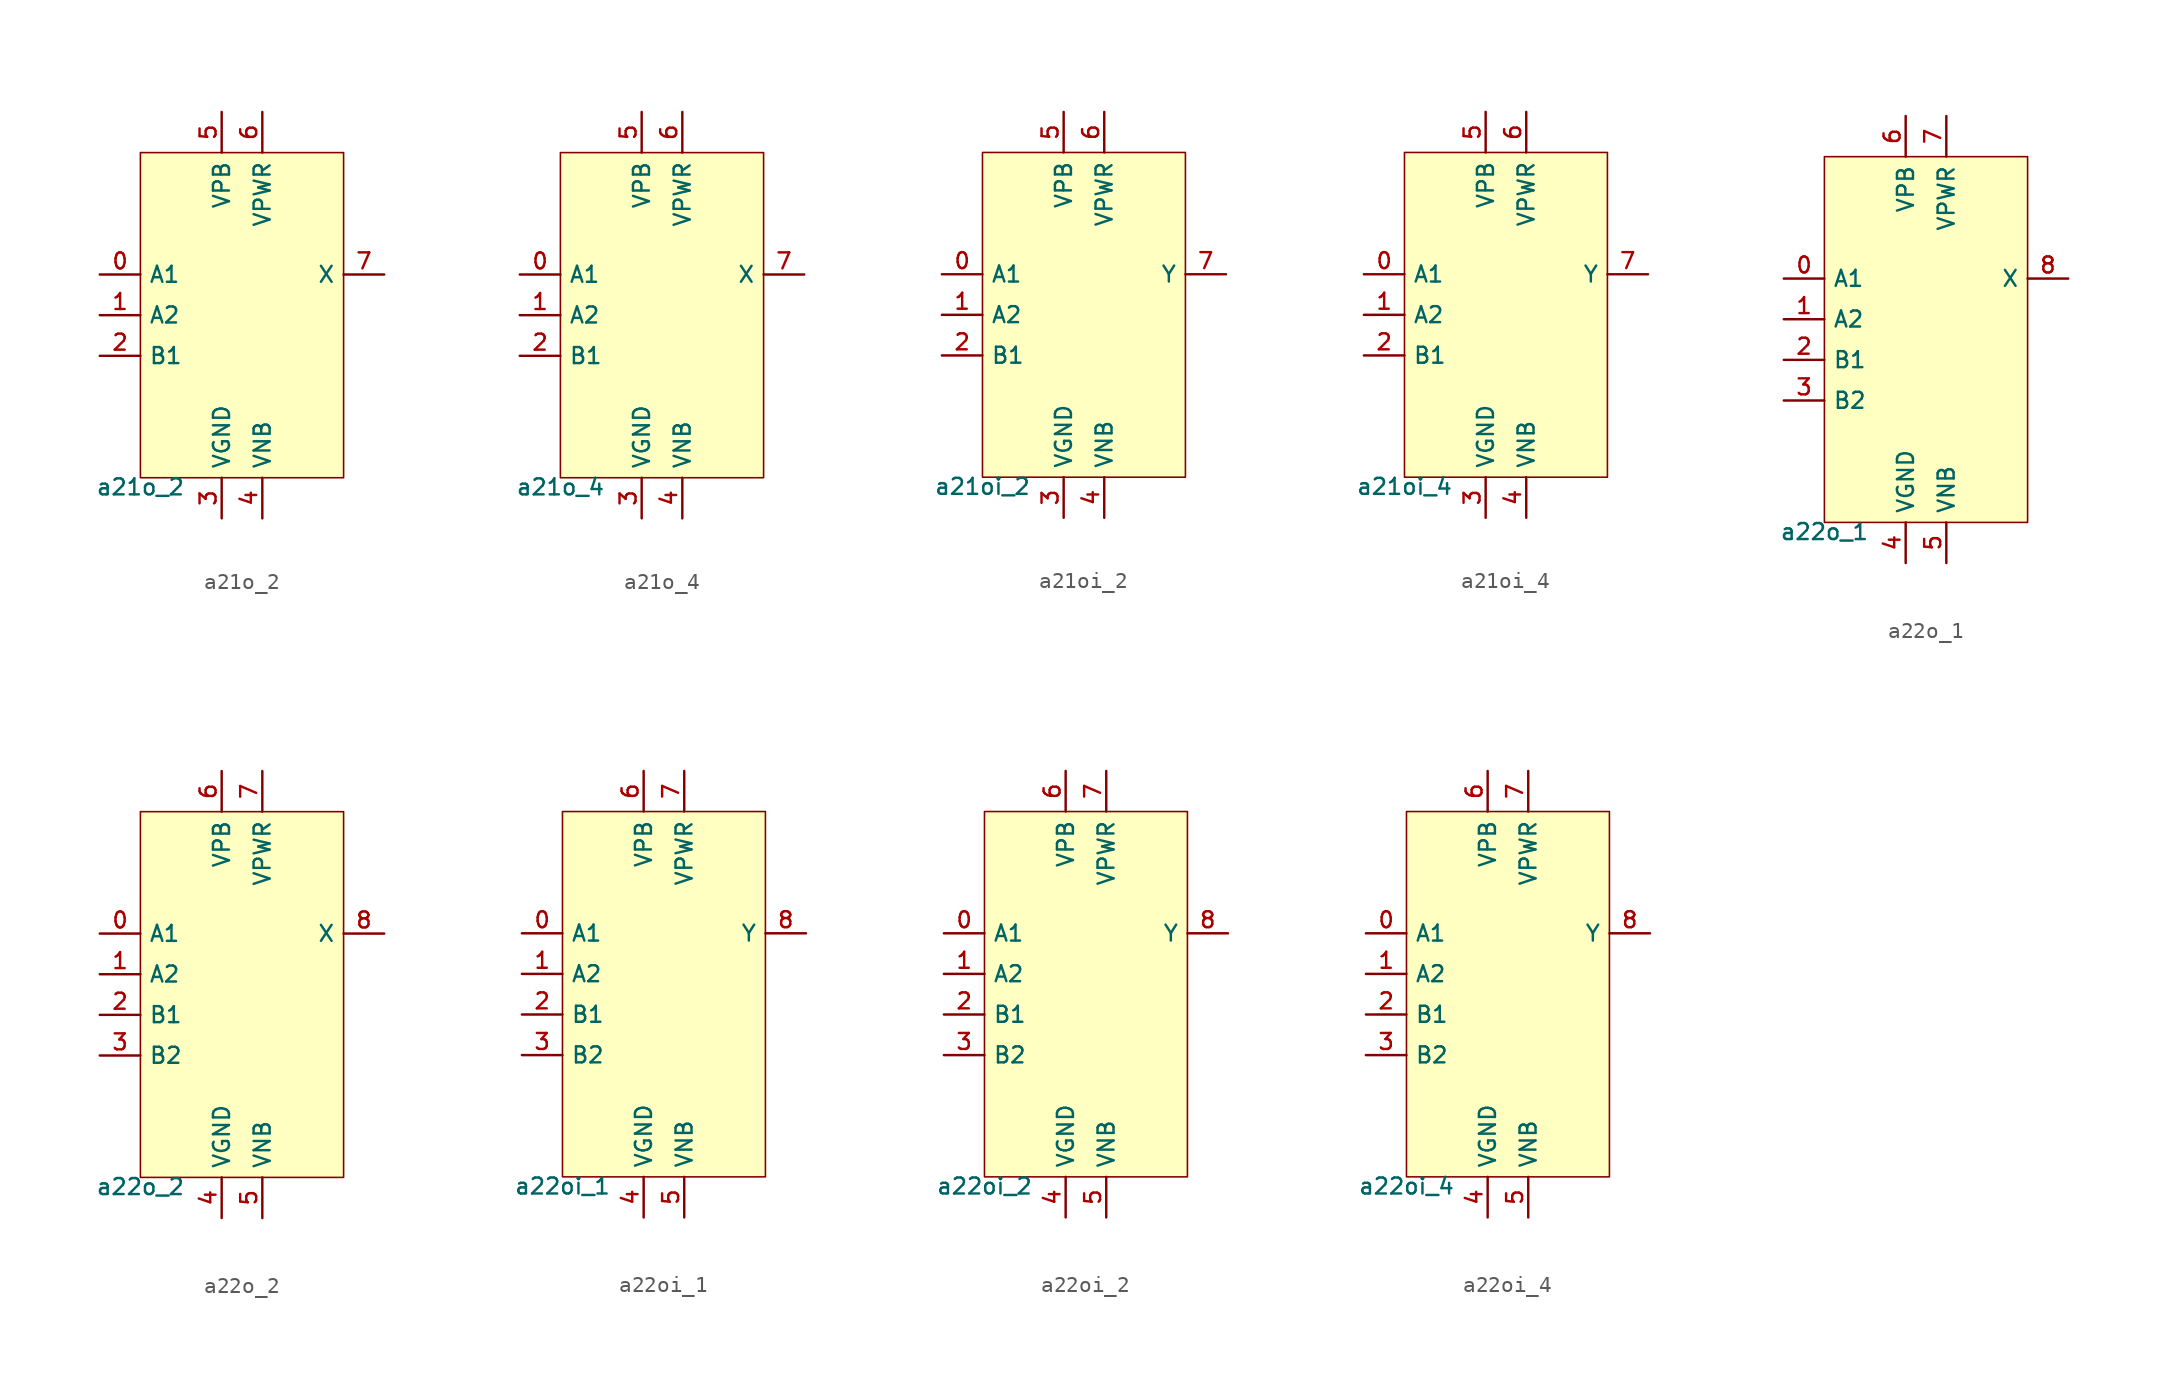
<source format=kicad_sym>
(kicad_symbol_lib
  (version 20211014)
  (generator pdk2kicad)
  (symbol "a21o_2"
    (property "Reference" "X"
      (at 0 0 0)
      (effects (font (size 1 1)) hide))
    (property "Value" "a21o_2"
      (at -6.35 -10.16 0)
      (effects (font (size 1 1)) (justify top)))
    (rectangle
      (start -6.35 -10.16)
      (end 6.35 10.16)
      (stroke (width 0.1) (type solid) (color 0 0 0 0))
      (fill (type background)))
    (pin input line
      (at -8.89 2.54 0)
      (length 2.54)
      (name "A1" (effects (font (size 1 1)) hide))
      (number "0" (effects (font (size 1 1)) hide)))
    (pin input line
      (at -8.89 0.0 0)
      (length 2.54)
      (name "A2" (effects (font (size 1 1)) hide))
      (number "1" (effects (font (size 1 1)) hide)))
    (pin input line
      (at -8.89 -2.54 0)
      (length 2.54)
      (name "B1" (effects (font (size 1 1)) hide))
      (number "2" (effects (font (size 1 1)) hide)))
    (pin power_in line
      (at -1.27 -12.7 90)
      (length 2.54)
      (name "VGND" (effects (font (size 1 1)) hide))
      (number "3" (effects (font (size 1 1)) hide)))
    (pin power_in line
      (at 1.27 -12.7 90)
      (length 2.54)
      (name "VNB" (effects (font (size 1 1)) hide))
      (number "4" (effects (font (size 1 1)) hide)))
    (pin power_in line
      (at -1.27 12.7 270)
      (length 2.54)
      (name "VPB" (effects (font (size 1 1)) hide))
      (number "5" (effects (font (size 1 1)) hide)))
    (pin power_in line
      (at 1.27 12.7 270)
      (length 2.54)
      (name "VPWR" (effects (font (size 1 1)) hide))
      (number "6" (effects (font (size 1 1)) hide)))
    (pin output line
      (at 8.89 2.54 180)
      (length 2.54)
      (name "X" (effects (font (size 1 1)) hide))
      (number "7" (effects (font (size 1 1)) hide))))
  (symbol "a21o_4"
    (property "Reference" "X"
      (at 0 0 0)
      (effects (font (size 1 1)) hide))
    (property "Value" "a21o_4"
      (at -6.35 -10.16 0)
      (effects (font (size 1 1)) (justify top)))
    (rectangle
      (start -6.35 -10.16)
      (end 6.35 10.16)
      (stroke (width 0.1) (type solid) (color 0 0 0 0))
      (fill (type background)))
    (pin input line
      (at -8.89 2.54 0)
      (length 2.54)
      (name "A1" (effects (font (size 1 1)) hide))
      (number "0" (effects (font (size 1 1)) hide)))
    (pin input line
      (at -8.89 0.0 0)
      (length 2.54)
      (name "A2" (effects (font (size 1 1)) hide))
      (number "1" (effects (font (size 1 1)) hide)))
    (pin input line
      (at -8.89 -2.54 0)
      (length 2.54)
      (name "B1" (effects (font (size 1 1)) hide))
      (number "2" (effects (font (size 1 1)) hide)))
    (pin power_in line
      (at -1.27 -12.7 90)
      (length 2.54)
      (name "VGND" (effects (font (size 1 1)) hide))
      (number "3" (effects (font (size 1 1)) hide)))
    (pin power_in line
      (at 1.27 -12.7 90)
      (length 2.54)
      (name "VNB" (effects (font (size 1 1)) hide))
      (number "4" (effects (font (size 1 1)) hide)))
    (pin power_in line
      (at -1.27 12.7 270)
      (length 2.54)
      (name "VPB" (effects (font (size 1 1)) hide))
      (number "5" (effects (font (size 1 1)) hide)))
    (pin power_in line
      (at 1.27 12.7 270)
      (length 2.54)
      (name "VPWR" (effects (font (size 1 1)) hide))
      (number "6" (effects (font (size 1 1)) hide)))
    (pin output line
      (at 8.89 2.54 180)
      (length 2.54)
      (name "X" (effects (font (size 1 1)) hide))
      (number "7" (effects (font (size 1 1)) hide))))
  (symbol "a21oi_2"
    (property "Reference" "X"
      (at 0 0 0)
      (effects (font (size 1 1)) hide))
    (property "Value" "a21oi_2"
      (at -6.35 -10.16 0)
      (effects (font (size 1 1)) (justify top)))
    (rectangle
      (start -6.35 -10.16)
      (end 6.35 10.16)
      (stroke (width 0.1) (type solid) (color 0 0 0 0))
      (fill (type background)))
    (pin input line
      (at -8.89 2.54 0)
      (length 2.54)
      (name "A1" (effects (font (size 1 1)) hide))
      (number "0" (effects (font (size 1 1)) hide)))
    (pin input line
      (at -8.89 0.0 0)
      (length 2.54)
      (name "A2" (effects (font (size 1 1)) hide))
      (number "1" (effects (font (size 1 1)) hide)))
    (pin input line
      (at -8.89 -2.54 0)
      (length 2.54)
      (name "B1" (effects (font (size 1 1)) hide))
      (number "2" (effects (font (size 1 1)) hide)))
    (pin power_in line
      (at -1.27 -12.7 90)
      (length 2.54)
      (name "VGND" (effects (font (size 1 1)) hide))
      (number "3" (effects (font (size 1 1)) hide)))
    (pin power_in line
      (at 1.27 -12.7 90)
      (length 2.54)
      (name "VNB" (effects (font (size 1 1)) hide))
      (number "4" (effects (font (size 1 1)) hide)))
    (pin power_in line
      (at -1.27 12.7 270)
      (length 2.54)
      (name "VPB" (effects (font (size 1 1)) hide))
      (number "5" (effects (font (size 1 1)) hide)))
    (pin power_in line
      (at 1.27 12.7 270)
      (length 2.54)
      (name "VPWR" (effects (font (size 1 1)) hide))
      (number "6" (effects (font (size 1 1)) hide)))
    (pin output line
      (at 8.89 2.54 180)
      (length 2.54)
      (name "Y" (effects (font (size 1 1)) hide))
      (number "7" (effects (font (size 1 1)) hide))))
  (symbol "a21oi_4"
    (property "Reference" "X"
      (at 0 0 0)
      (effects (font (size 1 1)) hide))
    (property "Value" "a21oi_4"
      (at -6.35 -10.16 0)
      (effects (font (size 1 1)) (justify top)))
    (rectangle
      (start -6.35 -10.16)
      (end 6.35 10.16)
      (stroke (width 0.1) (type solid) (color 0 0 0 0))
      (fill (type background)))
    (pin input line
      (at -8.89 2.54 0)
      (length 2.54)
      (name "A1" (effects (font (size 1 1)) hide))
      (number "0" (effects (font (size 1 1)) hide)))
    (pin input line
      (at -8.89 0.0 0)
      (length 2.54)
      (name "A2" (effects (font (size 1 1)) hide))
      (number "1" (effects (font (size 1 1)) hide)))
    (pin input line
      (at -8.89 -2.54 0)
      (length 2.54)
      (name "B1" (effects (font (size 1 1)) hide))
      (number "2" (effects (font (size 1 1)) hide)))
    (pin power_in line
      (at -1.27 -12.7 90)
      (length 2.54)
      (name "VGND" (effects (font (size 1 1)) hide))
      (number "3" (effects (font (size 1 1)) hide)))
    (pin power_in line
      (at 1.27 -12.7 90)
      (length 2.54)
      (name "VNB" (effects (font (size 1 1)) hide))
      (number "4" (effects (font (size 1 1)) hide)))
    (pin power_in line
      (at -1.27 12.7 270)
      (length 2.54)
      (name "VPB" (effects (font (size 1 1)) hide))
      (number "5" (effects (font (size 1 1)) hide)))
    (pin power_in line
      (at 1.27 12.7 270)
      (length 2.54)
      (name "VPWR" (effects (font (size 1 1)) hide))
      (number "6" (effects (font (size 1 1)) hide)))
    (pin output line
      (at 8.89 2.54 180)
      (length 2.54)
      (name "Y" (effects (font (size 1 1)) hide))
      (number "7" (effects (font (size 1 1)) hide))))
  (symbol "a22o_1"
    (property "Reference" "X"
      (at 0 0 0)
      (effects (font (size 1 1)) hide))
    (property "Value" "a22o_1"
      (at -6.35 -11.43 0)
      (effects (font (size 1 1)) (justify top)))
    (rectangle
      (start -6.35 -11.43)
      (end 6.35 11.43)
      (stroke (width 0.1) (type solid) (color 0 0 0 0))
      (fill (type background)))
    (pin input line
      (at -8.89 3.81 0)
      (length 2.54)
      (name "A1" (effects (font (size 1 1)) hide))
      (number "0" (effects (font (size 1 1)) hide)))
    (pin input line
      (at -8.89 1.27 0)
      (length 2.54)
      (name "A2" (effects (font (size 1 1)) hide))
      (number "1" (effects (font (size 1 1)) hide)))
    (pin input line
      (at -8.89 -1.27 0)
      (length 2.54)
      (name "B1" (effects (font (size 1 1)) hide))
      (number "2" (effects (font (size 1 1)) hide)))
    (pin input line
      (at -8.89 -3.81 0)
      (length 2.54)
      (name "B2" (effects (font (size 1 1)) hide))
      (number "3" (effects (font (size 1 1)) hide)))
    (pin power_in line
      (at -1.27 -13.97 90)
      (length 2.54)
      (name "VGND" (effects (font (size 1 1)) hide))
      (number "4" (effects (font (size 1 1)) hide)))
    (pin power_in line
      (at 1.27 -13.97 90)
      (length 2.54)
      (name "VNB" (effects (font (size 1 1)) hide))
      (number "5" (effects (font (size 1 1)) hide)))
    (pin power_in line
      (at -1.27 13.97 270)
      (length 2.54)
      (name "VPB" (effects (font (size 1 1)) hide))
      (number "6" (effects (font (size 1 1)) hide)))
    (pin power_in line
      (at 1.27 13.97 270)
      (length 2.54)
      (name "VPWR" (effects (font (size 1 1)) hide))
      (number "7" (effects (font (size 1 1)) hide)))
    (pin output line
      (at 8.89 3.81 180)
      (length 2.54)
      (name "X" (effects (font (size 1 1)) hide))
      (number "8" (effects (font (size 1 1)) hide))))
  (symbol "a22o_2"
    (property "Reference" "X"
      (at 0 0 0)
      (effects (font (size 1 1)) hide))
    (property "Value" "a22o_2"
      (at -6.35 -11.43 0)
      (effects (font (size 1 1)) (justify top)))
    (rectangle
      (start -6.35 -11.43)
      (end 6.35 11.43)
      (stroke (width 0.1) (type solid) (color 0 0 0 0))
      (fill (type background)))
    (pin input line
      (at -8.89 3.81 0)
      (length 2.54)
      (name "A1" (effects (font (size 1 1)) hide))
      (number "0" (effects (font (size 1 1)) hide)))
    (pin input line
      (at -8.89 1.27 0)
      (length 2.54)
      (name "A2" (effects (font (size 1 1)) hide))
      (number "1" (effects (font (size 1 1)) hide)))
    (pin input line
      (at -8.89 -1.27 0)
      (length 2.54)
      (name "B1" (effects (font (size 1 1)) hide))
      (number "2" (effects (font (size 1 1)) hide)))
    (pin input line
      (at -8.89 -3.81 0)
      (length 2.54)
      (name "B2" (effects (font (size 1 1)) hide))
      (number "3" (effects (font (size 1 1)) hide)))
    (pin power_in line
      (at -1.27 -13.97 90)
      (length 2.54)
      (name "VGND" (effects (font (size 1 1)) hide))
      (number "4" (effects (font (size 1 1)) hide)))
    (pin power_in line
      (at 1.27 -13.97 90)
      (length 2.54)
      (name "VNB" (effects (font (size 1 1)) hide))
      (number "5" (effects (font (size 1 1)) hide)))
    (pin power_in line
      (at -1.27 13.97 270)
      (length 2.54)
      (name "VPB" (effects (font (size 1 1)) hide))
      (number "6" (effects (font (size 1 1)) hide)))
    (pin power_in line
      (at 1.27 13.97 270)
      (length 2.54)
      (name "VPWR" (effects (font (size 1 1)) hide))
      (number "7" (effects (font (size 1 1)) hide)))
    (pin output line
      (at 8.89 3.81 180)
      (length 2.54)
      (name "X" (effects (font (size 1 1)) hide))
      (number "8" (effects (font (size 1 1)) hide))))
  (symbol "a22oi_1"
    (property "Reference" "X"
      (at 0 0 0)
      (effects (font (size 1 1)) hide))
    (property "Value" "a22oi_1"
      (at -6.35 -11.43 0)
      (effects (font (size 1 1)) (justify top)))
    (rectangle
      (start -6.35 -11.43)
      (end 6.35 11.43)
      (stroke (width 0.1) (type solid) (color 0 0 0 0))
      (fill (type background)))
    (pin input line
      (at -8.89 3.81 0)
      (length 2.54)
      (name "A1" (effects (font (size 1 1)) hide))
      (number "0" (effects (font (size 1 1)) hide)))
    (pin input line
      (at -8.89 1.27 0)
      (length 2.54)
      (name "A2" (effects (font (size 1 1)) hide))
      (number "1" (effects (font (size 1 1)) hide)))
    (pin input line
      (at -8.89 -1.27 0)
      (length 2.54)
      (name "B1" (effects (font (size 1 1)) hide))
      (number "2" (effects (font (size 1 1)) hide)))
    (pin input line
      (at -8.89 -3.81 0)
      (length 2.54)
      (name "B2" (effects (font (size 1 1)) hide))
      (number "3" (effects (font (size 1 1)) hide)))
    (pin power_in line
      (at -1.27 -13.97 90)
      (length 2.54)
      (name "VGND" (effects (font (size 1 1)) hide))
      (number "4" (effects (font (size 1 1)) hide)))
    (pin power_in line
      (at 1.27 -13.97 90)
      (length 2.54)
      (name "VNB" (effects (font (size 1 1)) hide))
      (number "5" (effects (font (size 1 1)) hide)))
    (pin power_in line
      (at -1.27 13.97 270)
      (length 2.54)
      (name "VPB" (effects (font (size 1 1)) hide))
      (number "6" (effects (font (size 1 1)) hide)))
    (pin power_in line
      (at 1.27 13.97 270)
      (length 2.54)
      (name "VPWR" (effects (font (size 1 1)) hide))
      (number "7" (effects (font (size 1 1)) hide)))
    (pin output line
      (at 8.89 3.81 180)
      (length 2.54)
      (name "Y" (effects (font (size 1 1)) hide))
      (number "8" (effects (font (size 1 1)) hide))))
  (symbol "a22oi_2"
    (property "Reference" "X"
      (at 0 0 0)
      (effects (font (size 1 1)) hide))
    (property "Value" "a22oi_2"
      (at -6.35 -11.43 0)
      (effects (font (size 1 1)) (justify top)))
    (rectangle
      (start -6.35 -11.43)
      (end 6.35 11.43)
      (stroke (width 0.1) (type solid) (color 0 0 0 0))
      (fill (type background)))
    (pin input line
      (at -8.89 3.81 0)
      (length 2.54)
      (name "A1" (effects (font (size 1 1)) hide))
      (number "0" (effects (font (size 1 1)) hide)))
    (pin input line
      (at -8.89 1.27 0)
      (length 2.54)
      (name "A2" (effects (font (size 1 1)) hide))
      (number "1" (effects (font (size 1 1)) hide)))
    (pin input line
      (at -8.89 -1.27 0)
      (length 2.54)
      (name "B1" (effects (font (size 1 1)) hide))
      (number "2" (effects (font (size 1 1)) hide)))
    (pin input line
      (at -8.89 -3.81 0)
      (length 2.54)
      (name "B2" (effects (font (size 1 1)) hide))
      (number "3" (effects (font (size 1 1)) hide)))
    (pin power_in line
      (at -1.27 -13.97 90)
      (length 2.54)
      (name "VGND" (effects (font (size 1 1)) hide))
      (number "4" (effects (font (size 1 1)) hide)))
    (pin power_in line
      (at 1.27 -13.97 90)
      (length 2.54)
      (name "VNB" (effects (font (size 1 1)) hide))
      (number "5" (effects (font (size 1 1)) hide)))
    (pin power_in line
      (at -1.27 13.97 270)
      (length 2.54)
      (name "VPB" (effects (font (size 1 1)) hide))
      (number "6" (effects (font (size 1 1)) hide)))
    (pin power_in line
      (at 1.27 13.97 270)
      (length 2.54)
      (name "VPWR" (effects (font (size 1 1)) hide))
      (number "7" (effects (font (size 1 1)) hide)))
    (pin output line
      (at 8.89 3.81 180)
      (length 2.54)
      (name "Y" (effects (font (size 1 1)) hide))
      (number "8" (effects (font (size 1 1)) hide))))
  (symbol "a22oi_4"
    (property "Reference" "X"
      (at 0 0 0)
      (effects (font (size 1 1)) hide))
    (property "Value" "a22oi_4"
      (at -6.35 -11.43 0)
      (effects (font (size 1 1)) (justify top)))
    (rectangle
      (start -6.35 -11.43)
      (end 6.35 11.43)
      (stroke (width 0.1) (type solid) (color 0 0 0 0))
      (fill (type background)))
    (pin input line
      (at -8.89 3.81 0)
      (length 2.54)
      (name "A1" (effects (font (size 1 1)) hide))
      (number "0" (effects (font (size 1 1)) hide)))
    (pin input line
      (at -8.89 1.27 0)
      (length 2.54)
      (name "A2" (effects (font (size 1 1)) hide))
      (number "1" (effects (font (size 1 1)) hide)))
    (pin input line
      (at -8.89 -1.27 0)
      (length 2.54)
      (name "B1" (effects (font (size 1 1)) hide))
      (number "2" (effects (font (size 1 1)) hide)))
    (pin input line
      (at -8.89 -3.81 0)
      (length 2.54)
      (name "B2" (effects (font (size 1 1)) hide))
      (number "3" (effects (font (size 1 1)) hide)))
    (pin power_in line
      (at -1.27 -13.97 90)
      (length 2.54)
      (name "VGND" (effects (font (size 1 1)) hide))
      (number "4" (effects (font (size 1 1)) hide)))
    (pin power_in line
      (at 1.27 -13.97 90)
      (length 2.54)
      (name "VNB" (effects (font (size 1 1)) hide))
      (number "5" (effects (font (size 1 1)) hide)))
    (pin power_in line
      (at -1.27 13.97 270)
      (length 2.54)
      (name "VPB" (effects (font (size 1 1)) hide))
      (number "6" (effects (font (size 1 1)) hide)))
    (pin power_in line
      (at 1.27 13.97 270)
      (length 2.54)
      (name "VPWR" (effects (font (size 1 1)) hide))
      (number "7" (effects (font (size 1 1)) hide)))
    (pin output line
      (at 8.89 3.81 180)
      (length 2.54)
      (name "Y" (effects (font (size 1 1)) hide))
      (number "8" (effects (font (size 1 1)) hide)))))
</source>
